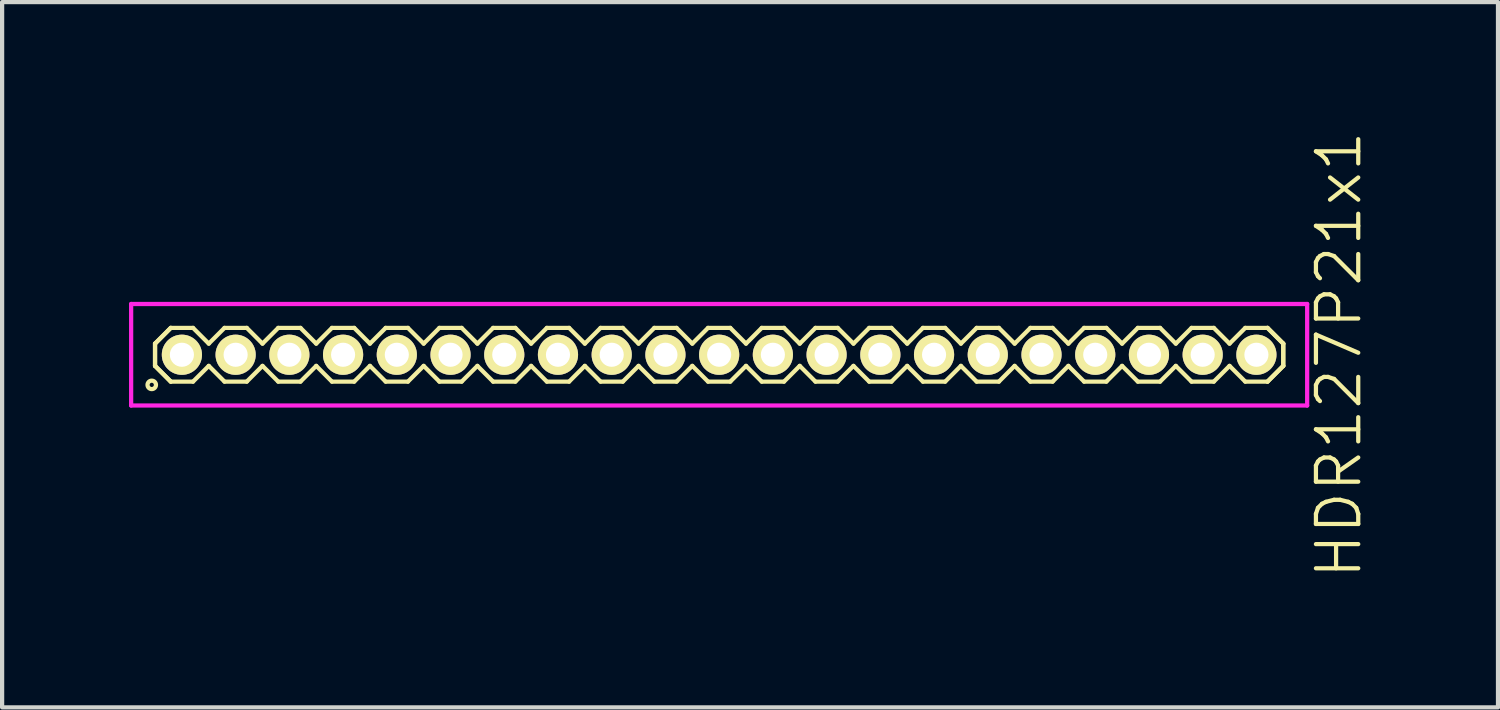
<source format=kicad_pcb>
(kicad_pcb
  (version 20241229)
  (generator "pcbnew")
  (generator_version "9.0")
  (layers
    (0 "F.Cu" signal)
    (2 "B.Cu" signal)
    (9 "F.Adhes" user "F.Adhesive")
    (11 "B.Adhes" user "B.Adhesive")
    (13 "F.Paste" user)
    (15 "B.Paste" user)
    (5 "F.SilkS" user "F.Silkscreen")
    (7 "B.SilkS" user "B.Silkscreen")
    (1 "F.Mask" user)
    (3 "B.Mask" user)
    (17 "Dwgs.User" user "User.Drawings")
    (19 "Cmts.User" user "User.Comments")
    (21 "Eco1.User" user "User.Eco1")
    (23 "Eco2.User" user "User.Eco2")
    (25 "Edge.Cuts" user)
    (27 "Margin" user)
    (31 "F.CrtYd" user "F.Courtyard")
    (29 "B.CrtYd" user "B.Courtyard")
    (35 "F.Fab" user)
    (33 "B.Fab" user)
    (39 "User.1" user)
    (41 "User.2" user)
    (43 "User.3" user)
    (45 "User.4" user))
  (footprint "HDR127P21x1"
    (layer "F.Cu")
    (at 13.95 5.336)
    (property "Reference" "HDR127P21x1" (at 14.65 0 90) (layer "F.SilkS") (effects (font (size 1 1) (thickness 0.1))))
    (attr through_hole)
    (fp_line (start -13.335 -0.263) (end -12.963 -0.635) (stroke (width 0.1) (type solid)) (layer "F.SilkS"))
    (fp_line (start -13.335 -0.263) (end -12.963 -0.635) (stroke (width 0.1) (type solid)) (layer "F.SilkS"))
    (fp_line (start -13.335 0.263) (end -13.335 -0.263) (stroke (width 0.1) (type solid)) (layer "F.SilkS"))
    (fp_line (start -13.335 0.263) (end -13.335 -0.263) (stroke (width 0.1) (type solid)) (layer "F.SilkS"))
    (fp_line (start -12.963 -0.635) (end -12.437 -0.635) (stroke (width 0.1) (type solid)) (layer "F.SilkS"))
    (fp_line (start -12.963 0.635) (end -13.335 0.263) (stroke (width 0.1) (type solid)) (layer "F.SilkS"))
    (fp_line (start -12.963 0.635) (end -13.335 0.263) (stroke (width 0.1) (type solid)) (layer "F.SilkS"))
    (fp_line (start -12.437 -0.635) (end -12.065 -0.263) (stroke (width 0.1) (type solid)) (layer "F.SilkS"))
    (fp_line (start -12.437 0.635) (end -12.963 0.635) (stroke (width 0.1) (type solid)) (layer "F.SilkS"))
    (fp_line (start -12.065 -0.263) (end -11.693 -0.635) (stroke (width 0.1) (type solid)) (layer "F.SilkS"))
    (fp_line (start -12.065 0.263) (end -12.437 0.635) (stroke (width 0.1) (type solid)) (layer "F.SilkS"))
    (fp_line (start -11.693 -0.635) (end -11.167 -0.635) (stroke (width 0.1) (type solid)) (layer "F.SilkS"))
    (fp_line (start -11.693 0.635) (end -12.065 0.263) (stroke (width 0.1) (type solid)) (layer "F.SilkS"))
    (fp_line (start -11.167 -0.635) (end -10.795 -0.263) (stroke (width 0.1) (type solid)) (layer "F.SilkS"))
    (fp_line (start -11.167 0.635) (end -11.693 0.635) (stroke (width 0.1) (type solid)) (layer "F.SilkS"))
    (fp_line (start -10.795 -0.263) (end -10.423 -0.635) (stroke (width 0.1) (type solid)) (layer "F.SilkS"))
    (fp_line (start -10.795 0.263) (end -11.167 0.635) (stroke (width 0.1) (type solid)) (layer "F.SilkS"))
    (fp_line (start -10.423 -0.635) (end -9.897 -0.635) (stroke (width 0.1) (type solid)) (layer "F.SilkS"))
    (fp_line (start -10.423 0.635) (end -10.795 0.263) (stroke (width 0.1) (type solid)) (layer "F.SilkS"))
    (fp_line (start -9.897 -0.635) (end -9.525 -0.263) (stroke (width 0.1) (type solid)) (layer "F.SilkS"))
    (fp_line (start -9.897 0.635) (end -10.423 0.635) (stroke (width 0.1) (type solid)) (layer "F.SilkS"))
    (fp_line (start -9.525 -0.263) (end -9.153 -0.635) (stroke (width 0.1) (type solid)) (layer "F.SilkS"))
    (fp_line (start -9.525 0.263) (end -9.897 0.635) (stroke (width 0.1) (type solid)) (layer "F.SilkS"))
    (fp_line (start -9.153 -0.635) (end -8.627 -0.635) (stroke (width 0.1) (type solid)) (layer "F.SilkS"))
    (fp_line (start -9.153 0.635) (end -9.525 0.263) (stroke (width 0.1) (type solid)) (layer "F.SilkS"))
    (fp_line (start -8.627 -0.635) (end -8.255 -0.263) (stroke (width 0.1) (type solid)) (layer "F.SilkS"))
    (fp_line (start -8.627 0.635) (end -9.153 0.635) (stroke (width 0.1) (type solid)) (layer "F.SilkS"))
    (fp_line (start -8.255 -0.263) (end -7.883 -0.635) (stroke (width 0.1) (type solid)) (layer "F.SilkS"))
    (fp_line (start -8.255 0.263) (end -8.627 0.635) (stroke (width 0.1) (type solid)) (layer "F.SilkS"))
    (fp_line (start -7.883 -0.635) (end -7.357 -0.635) (stroke (width 0.1) (type solid)) (layer "F.SilkS"))
    (fp_line (start -7.883 0.635) (end -8.255 0.263) (stroke (width 0.1) (type solid)) (layer "F.SilkS"))
    (fp_line (start -7.357 -0.635) (end -6.985 -0.263) (stroke (width 0.1) (type solid)) (layer "F.SilkS"))
    (fp_line (start -7.357 0.635) (end -7.883 0.635) (stroke (width 0.1) (type solid)) (layer "F.SilkS"))
    (fp_line (start -6.985 -0.263) (end -6.613 -0.635) (stroke (width 0.1) (type solid)) (layer "F.SilkS"))
    (fp_line (start -6.985 0.263) (end -7.357 0.635) (stroke (width 0.1) (type solid)) (layer "F.SilkS"))
    (fp_line (start -6.613 -0.635) (end -6.087 -0.635) (stroke (width 0.1) (type solid)) (layer "F.SilkS"))
    (fp_line (start -6.613 0.635) (end -6.985 0.263) (stroke (width 0.1) (type solid)) (layer "F.SilkS"))
    (fp_line (start -6.087 -0.635) (end -5.715 -0.263) (stroke (width 0.1) (type solid)) (layer "F.SilkS"))
    (fp_line (start -6.087 0.635) (end -6.613 0.635) (stroke (width 0.1) (type solid)) (layer "F.SilkS"))
    (fp_line (start -5.715 -0.263) (end -5.343 -0.635) (stroke (width 0.1) (type solid)) (layer "F.SilkS"))
    (fp_line (start -5.715 0.263) (end -6.087 0.635) (stroke (width 0.1) (type solid)) (layer "F.SilkS"))
    (fp_line (start -5.343 -0.635) (end -4.817 -0.635) (stroke (width 0.1) (type solid)) (layer "F.SilkS"))
    (fp_line (start -5.343 0.635) (end -5.715 0.263) (stroke (width 0.1) (type solid)) (layer "F.SilkS"))
    (fp_line (start -4.817 -0.635) (end -4.445 -0.263) (stroke (width 0.1) (type solid)) (layer "F.SilkS"))
    (fp_line (start -4.817 0.635) (end -5.343 0.635) (stroke (width 0.1) (type solid)) (layer "F.SilkS"))
    (fp_line (start -4.445 -0.263) (end -4.073 -0.635) (stroke (width 0.1) (type solid)) (layer "F.SilkS"))
    (fp_line (start -4.445 0.263) (end -4.817 0.635) (stroke (width 0.1) (type solid)) (layer "F.SilkS"))
    (fp_line (start -4.073 -0.635) (end -3.547 -0.635) (stroke (width 0.1) (type solid)) (layer "F.SilkS"))
    (fp_line (start -4.073 0.635) (end -4.445 0.263) (stroke (width 0.1) (type solid)) (layer "F.SilkS"))
    (fp_line (start -3.547 -0.635) (end -3.175 -0.263) (stroke (width 0.1) (type solid)) (layer "F.SilkS"))
    (fp_line (start -3.547 0.635) (end -4.073 0.635) (stroke (width 0.1) (type solid)) (layer "F.SilkS"))
    (fp_line (start -3.175 -0.263) (end -2.803 -0.635) (stroke (width 0.1) (type solid)) (layer "F.SilkS"))
    (fp_line (start -3.175 0.263) (end -3.547 0.635) (stroke (width 0.1) (type solid)) (layer "F.SilkS"))
    (fp_line (start -2.803 -0.635) (end -2.277 -0.635) (stroke (width 0.1) (type solid)) (layer "F.SilkS"))
    (fp_line (start -2.803 0.635) (end -3.175 0.263) (stroke (width 0.1) (type solid)) (layer "F.SilkS"))
    (fp_line (start -2.277 -0.635) (end -1.905 -0.263) (stroke (width 0.1) (type solid)) (layer "F.SilkS"))
    (fp_line (start -2.277 0.635) (end -2.803 0.635) (stroke (width 0.1) (type solid)) (layer "F.SilkS"))
    (fp_line (start -1.905 -0.263) (end -1.533 -0.635) (stroke (width 0.1) (type solid)) (layer "F.SilkS"))
    (fp_line (start -1.905 0.263) (end -2.277 0.635) (stroke (width 0.1) (type solid)) (layer "F.SilkS"))
    (fp_line (start -1.533 -0.635) (end -1.007 -0.635) (stroke (width 0.1) (type solid)) (layer "F.SilkS"))
    (fp_line (start -1.533 0.635) (end -1.905 0.263) (stroke (width 0.1) (type solid)) (layer "F.SilkS"))
    (fp_line (start -1.007 -0.635) (end -0.635 -0.263) (stroke (width 0.1) (type solid)) (layer "F.SilkS"))
    (fp_line (start -1.007 0.635) (end -1.533 0.635) (stroke (width 0.1) (type solid)) (layer "F.SilkS"))
    (fp_line (start -0.635 -0.263) (end -0.263 -0.635) (stroke (width 0.1) (type solid)) (layer "F.SilkS"))
    (fp_line (start -0.635 0.263) (end -1.007 0.635) (stroke (width 0.1) (type solid)) (layer "F.SilkS"))
    (fp_line (start -0.263 -0.635) (end 0.263 -0.635) (stroke (width 0.1) (type solid)) (layer "F.SilkS"))
    (fp_line (start -0.263 0.635) (end -0.635 0.263) (stroke (width 0.1) (type solid)) (layer "F.SilkS"))
    (fp_line (start 0.263 -0.635) (end 0.635 -0.263) (stroke (width 0.1) (type solid)) (layer "F.SilkS"))
    (fp_line (start 0.263 0.635) (end -0.263 0.635) (stroke (width 0.1) (type solid)) (layer "F.SilkS"))
    (fp_line (start 0.635 -0.263) (end 1.007 -0.635) (stroke (width 0.1) (type solid)) (layer "F.SilkS"))
    (fp_line (start 0.635 0.263) (end 0.263 0.635) (stroke (width 0.1) (type solid)) (layer "F.SilkS"))
    (fp_line (start 1.007 -0.635) (end 1.533 -0.635) (stroke (width 0.1) (type solid)) (layer "F.SilkS"))
    (fp_line (start 1.007 0.635) (end 0.635 0.263) (stroke (width 0.1) (type solid)) (layer "F.SilkS"))
    (fp_line (start 1.533 -0.635) (end 1.905 -0.263) (stroke (width 0.1) (type solid)) (layer "F.SilkS"))
    (fp_line (start 1.533 0.635) (end 1.007 0.635) (stroke (width 0.1) (type solid)) (layer "F.SilkS"))
    (fp_line (start 1.905 -0.263) (end 2.277 -0.635) (stroke (width 0.1) (type solid)) (layer "F.SilkS"))
    (fp_line (start 1.905 0.263) (end 1.533 0.635) (stroke (width 0.1) (type solid)) (layer "F.SilkS"))
    (fp_line (start 2.277 -0.635) (end 2.803 -0.635) (stroke (width 0.1) (type solid)) (layer "F.SilkS"))
    (fp_line (start 2.277 0.635) (end 1.905 0.263) (stroke (width 0.1) (type solid)) (layer "F.SilkS"))
    (fp_line (start 2.803 -0.635) (end 3.175 -0.263) (stroke (width 0.1) (type solid)) (layer "F.SilkS"))
    (fp_line (start 2.803 0.635) (end 2.277 0.635) (stroke (width 0.1) (type solid)) (layer "F.SilkS"))
    (fp_line (start 3.175 -0.263) (end 3.547 -0.635) (stroke (width 0.1) (type solid)) (layer "F.SilkS"))
    (fp_line (start 3.175 0.263) (end 2.803 0.635) (stroke (width 0.1) (type solid)) (layer "F.SilkS"))
    (fp_line (start 3.547 -0.635) (end 4.073 -0.635) (stroke (width 0.1) (type solid)) (layer "F.SilkS"))
    (fp_line (start 3.547 0.635) (end 3.175 0.263) (stroke (width 0.1) (type solid)) (layer "F.SilkS"))
    (fp_line (start 4.073 -0.635) (end 4.445 -0.263) (stroke (width 0.1) (type solid)) (layer "F.SilkS"))
    (fp_line (start 4.073 0.635) (end 3.547 0.635) (stroke (width 0.1) (type solid)) (layer "F.SilkS"))
    (fp_line (start 4.445 -0.263) (end 4.817 -0.635) (stroke (width 0.1) (type solid)) (layer "F.SilkS"))
    (fp_line (start 4.445 0.263) (end 4.073 0.635) (stroke (width 0.1) (type solid)) (layer "F.SilkS"))
    (fp_line (start 4.817 -0.635) (end 5.343 -0.635) (stroke (width 0.1) (type solid)) (layer "F.SilkS"))
    (fp_line (start 4.817 0.635) (end 4.445 0.263) (stroke (width 0.1) (type solid)) (layer "F.SilkS"))
    (fp_line (start 5.343 -0.635) (end 5.715 -0.263) (stroke (width 0.1) (type solid)) (layer "F.SilkS"))
    (fp_line (start 5.343 0.635) (end 4.817 0.635) (stroke (width 0.1) (type solid)) (layer "F.SilkS"))
    (fp_line (start 5.715 -0.263) (end 6.087 -0.635) (stroke (width 0.1) (type solid)) (layer "F.SilkS"))
    (fp_line (start 5.715 0.263) (end 5.343 0.635) (stroke (width 0.1) (type solid)) (layer "F.SilkS"))
    (fp_line (start 6.087 -0.635) (end 6.613 -0.635) (stroke (width 0.1) (type solid)) (layer "F.SilkS"))
    (fp_line (start 6.087 0.635) (end 5.715 0.263) (stroke (width 0.1) (type solid)) (layer "F.SilkS"))
    (fp_line (start 6.613 -0.635) (end 6.985 -0.263) (stroke (width 0.1) (type solid)) (layer "F.SilkS"))
    (fp_line (start 6.613 0.635) (end 6.087 0.635) (stroke (width 0.1) (type solid)) (layer "F.SilkS"))
    (fp_line (start 6.985 -0.263) (end 7.357 -0.635) (stroke (width 0.1) (type solid)) (layer "F.SilkS"))
    (fp_line (start 6.985 0.263) (end 6.613 0.635) (stroke (width 0.1) (type solid)) (layer "F.SilkS"))
    (fp_line (start 7.357 -0.635) (end 7.883 -0.635) (stroke (width 0.1) (type solid)) (layer "F.SilkS"))
    (fp_line (start 7.357 0.635) (end 6.985 0.263) (stroke (width 0.1) (type solid)) (layer "F.SilkS"))
    (fp_line (start 7.883 -0.635) (end 8.255 -0.263) (stroke (width 0.1) (type solid)) (layer "F.SilkS"))
    (fp_line (start 7.883 0.635) (end 7.357 0.635) (stroke (width 0.1) (type solid)) (layer "F.SilkS"))
    (fp_line (start 8.255 -0.263) (end 8.627 -0.635) (stroke (width 0.1) (type solid)) (layer "F.SilkS"))
    (fp_line (start 8.255 0.263) (end 7.883 0.635) (stroke (width 0.1) (type solid)) (layer "F.SilkS"))
    (fp_line (start 8.627 -0.635) (end 9.153 -0.635) (stroke (width 0.1) (type solid)) (layer "F.SilkS"))
    (fp_line (start 8.627 0.635) (end 8.255 0.263) (stroke (width 0.1) (type solid)) (layer "F.SilkS"))
    (fp_line (start 9.153 -0.635) (end 9.525 -0.263) (stroke (width 0.1) (type solid)) (layer "F.SilkS"))
    (fp_line (start 9.153 0.635) (end 8.627 0.635) (stroke (width 0.1) (type solid)) (layer "F.SilkS"))
    (fp_line (start 9.525 -0.263) (end 9.897 -0.635) (stroke (width 0.1) (type solid)) (layer "F.SilkS"))
    (fp_line (start 9.525 0.263) (end 9.153 0.635) (stroke (width 0.1) (type solid)) (layer "F.SilkS"))
    (fp_line (start 9.897 -0.635) (end 10.423 -0.635) (stroke (width 0.1) (type solid)) (layer "F.SilkS"))
    (fp_line (start 9.897 0.635) (end 9.525 0.263) (stroke (width 0.1) (type solid)) (layer "F.SilkS"))
    (fp_line (start 10.423 -0.635) (end 10.795 -0.263) (stroke (width 0.1) (type solid)) (layer "F.SilkS"))
    (fp_line (start 10.423 0.635) (end 9.897 0.635) (stroke (width 0.1) (type solid)) (layer "F.SilkS"))
    (fp_line (start 10.795 -0.263) (end 11.167 -0.635) (stroke (width 0.1) (type solid)) (layer "F.SilkS"))
    (fp_line (start 10.795 0.263) (end 10.423 0.635) (stroke (width 0.1) (type solid)) (layer "F.SilkS"))
    (fp_line (start 11.167 -0.635) (end 11.693 -0.635) (stroke (width 0.1) (type solid)) (layer "F.SilkS"))
    (fp_line (start 11.167 0.635) (end 10.795 0.263) (stroke (width 0.1) (type solid)) (layer "F.SilkS"))
    (fp_line (start 11.693 -0.635) (end 12.065 -0.263) (stroke (width 0.1) (type solid)) (layer "F.SilkS"))
    (fp_line (start 11.693 0.635) (end 11.167 0.635) (stroke (width 0.1) (type solid)) (layer "F.SilkS"))
    (fp_line (start 12.065 -0.263) (end 12.437 -0.635) (stroke (width 0.1) (type solid)) (layer "F.SilkS"))
    (fp_line (start 12.065 0.263) (end 11.693 0.635) (stroke (width 0.1) (type solid)) (layer "F.SilkS"))
    (fp_line (start 12.437 -0.635) (end 12.963 -0.635) (stroke (width 0.1) (type solid)) (layer "F.SilkS"))
    (fp_line (start 12.437 0.635) (end 12.065 0.263) (stroke (width 0.1) (type solid)) (layer "F.SilkS"))
    (fp_line (start 12.963 -0.635) (end 13.335 -0.263) (stroke (width 0.1) (type solid)) (layer "F.SilkS"))
    (fp_line (start 12.963 -0.635) (end 13.335 -0.263) (stroke (width 0.1) (type solid)) (layer "F.SilkS"))
    (fp_line (start 12.963 0.635) (end 12.437 0.635) (stroke (width 0.1) (type solid)) (layer "F.SilkS"))
    (fp_line (start 13.335 -0.263) (end 13.335 0.263) (stroke (width 0.1) (type solid)) (layer "F.SilkS"))
    (fp_line (start 13.335 -0.263) (end 13.335 0.263) (stroke (width 0.1) (type solid)) (layer "F.SilkS"))
    (fp_line (start 13.335 0.263) (end 12.963 0.635) (stroke (width 0.1) (type solid)) (layer "F.SilkS"))
    (fp_line (start 13.335 0.263) (end 12.963 0.635) (stroke (width 0.1) (type solid)) (layer "F.SilkS"))
    (fp_circle (center -13.413 0.712) (end -13.313 0.712) (stroke (width 0.1) (type solid)) (fill no) (layer "F.SilkS"))
    (fp_line (start -13.9 -1.2) (end -13.9 1.2) (stroke (width 0.1) (type solid)) (layer "F.CrtYd"))
    (fp_line (start -13.9 1.2) (end 13.9 1.2) (stroke (width 0.1) (type solid)) (layer "F.CrtYd"))
    (fp_line (start 13.9 -1.2) (end -13.9 -1.2) (stroke (width 0.1) (type solid)) (layer "F.CrtYd"))
    (fp_line (start 13.9 1.2) (end 13.9 -1.2) (stroke (width 0.1) (type solid)) (layer "F.CrtYd"))
    (pad "1" thru_hole oval (at -12.7 0) (size 0.95 0.95) (drill 0.57) (layers "*.Cu" "*.Mask" "F.SilkS"))
    (pad "2" thru_hole oval (at -11.43 0) (size 0.95 0.95) (drill 0.57) (layers "*.Cu" "*.Mask" "F.SilkS"))
    (pad "3" thru_hole oval (at -10.16 0) (size 0.95 0.95) (drill 0.57) (layers "*.Cu" "*.Mask" "F.SilkS"))
    (pad "4" thru_hole oval (at -8.89 0) (size 0.95 0.95) (drill 0.57) (layers "*.Cu" "*.Mask" "F.SilkS"))
    (pad "5" thru_hole oval (at -7.62 0) (size 0.95 0.95) (drill 0.57) (layers "*.Cu" "*.Mask" "F.SilkS"))
    (pad "6" thru_hole oval (at -6.35 0) (size 0.95 0.95) (drill 0.57) (layers "*.Cu" "*.Mask" "F.SilkS"))
    (pad "7" thru_hole oval (at -5.08 0) (size 0.95 0.95) (drill 0.57) (layers "*.Cu" "*.Mask" "F.SilkS"))
    (pad "8" thru_hole oval (at -3.81 0) (size 0.95 0.95) (drill 0.57) (layers "*.Cu" "*.Mask" "F.SilkS"))
    (pad "9" thru_hole oval (at -2.54 0) (size 0.95 0.95) (drill 0.57) (layers "*.Cu" "*.Mask" "F.SilkS"))
    (pad "10" thru_hole oval (at -1.27 0) (size 0.95 0.95) (drill 0.57) (layers "*.Cu" "*.Mask" "F.SilkS"))
    (pad "11" thru_hole oval (at 0 0) (size 0.95 0.95) (drill 0.57) (layers "*.Cu" "*.Mask" "F.SilkS"))
    (pad "12" thru_hole oval (at 1.27 0) (size 0.95 0.95) (drill 0.57) (layers "*.Cu" "*.Mask" "F.SilkS"))
    (pad "13" thru_hole oval (at 2.54 0) (size 0.95 0.95) (drill 0.57) (layers "*.Cu" "*.Mask" "F.SilkS"))
    (pad "14" thru_hole oval (at 3.81 0) (size 0.95 0.95) (drill 0.57) (layers "*.Cu" "*.Mask" "F.SilkS"))
    (pad "15" thru_hole oval (at 5.08 0) (size 0.95 0.95) (drill 0.57) (layers "*.Cu" "*.Mask" "F.SilkS"))
    (pad "16" thru_hole oval (at 6.35 0) (size 0.95 0.95) (drill 0.57) (layers "*.Cu" "*.Mask" "F.SilkS"))
    (pad "17" thru_hole oval (at 7.62 0) (size 0.95 0.95) (drill 0.57) (layers "*.Cu" "*.Mask" "F.SilkS"))
    (pad "18" thru_hole oval (at 8.89 0) (size 0.95 0.95) (drill 0.57) (layers "*.Cu" "*.Mask" "F.SilkS"))
    (pad "19" thru_hole oval (at 10.16 0) (size 0.95 0.95) (drill 0.57) (layers "*.Cu" "*.Mask" "F.SilkS"))
    (pad "20" thru_hole oval (at 11.43 0) (size 0.95 0.95) (drill 0.57) (layers "*.Cu" "*.Mask" "F.SilkS"))
    (pad "21" thru_hole oval (at 12.7 0) (size 0.95 0.95) (drill 0.57) (layers "*.Cu" "*.Mask" "F.SilkS")))
  (gr_rect
    (start -3 -3)
    (end 32.361 13.671)
    (stroke (width 0.1) (type default))
    (fill no)
    (layer "Edge.Cuts")))
</source>
